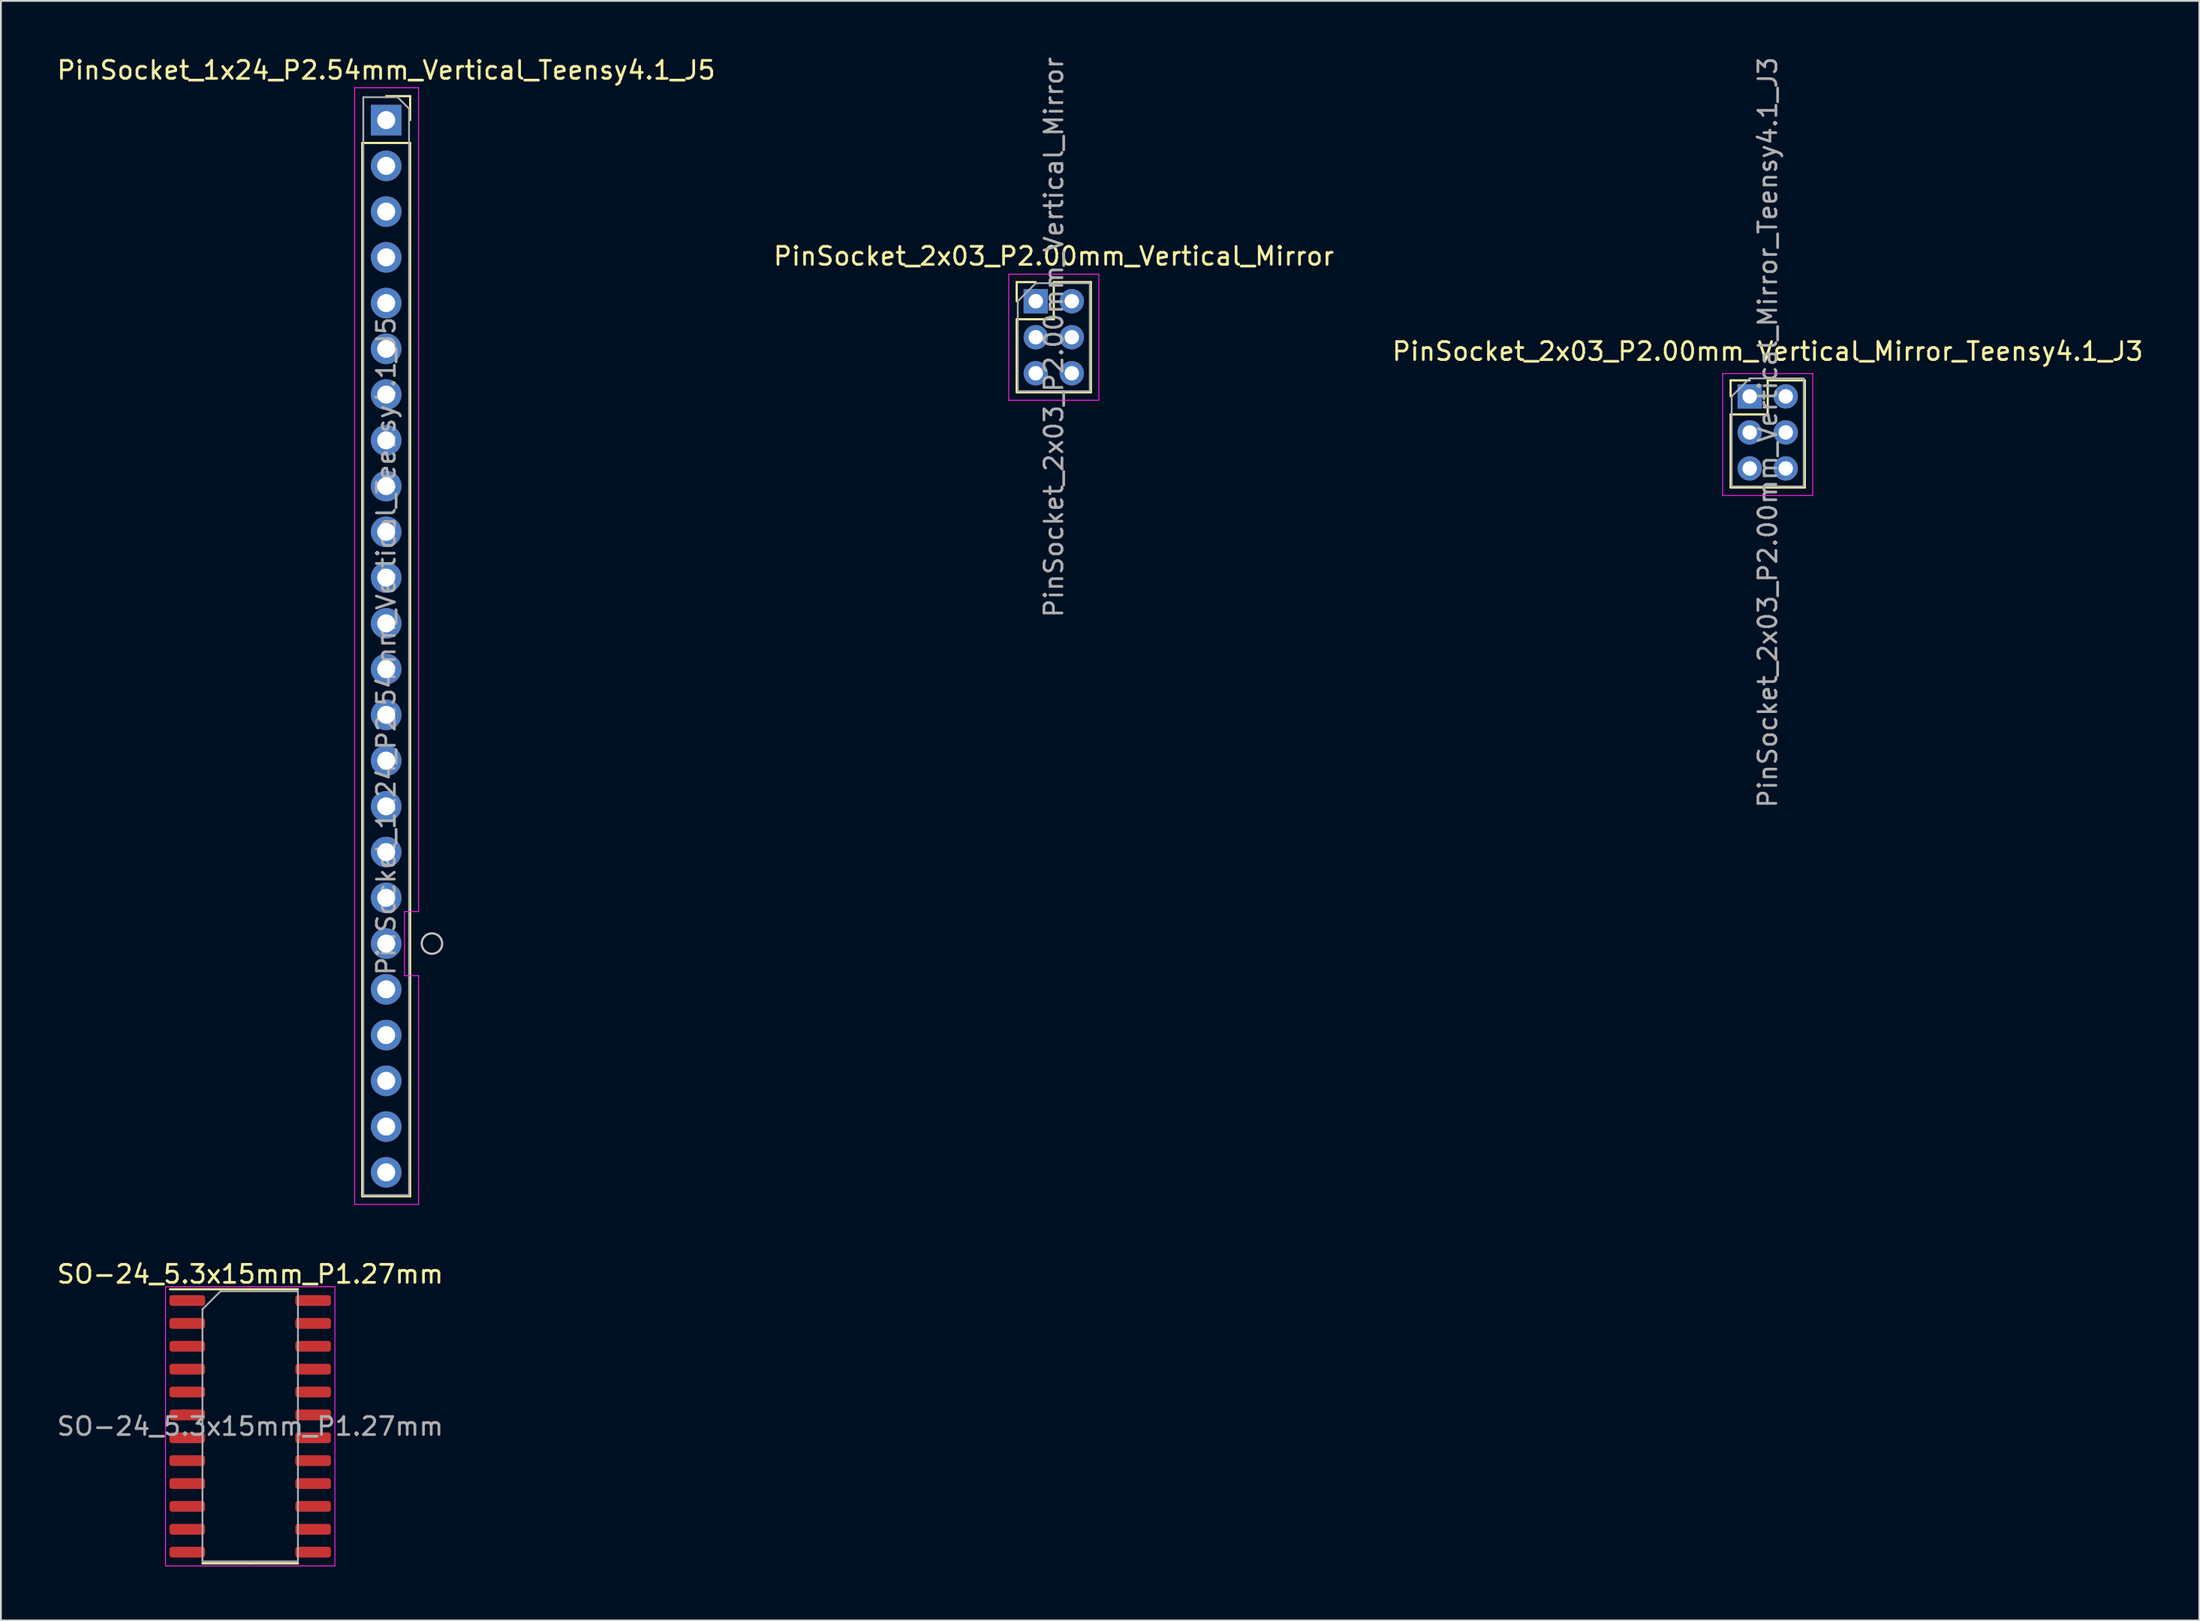
<source format=kicad_pcb>
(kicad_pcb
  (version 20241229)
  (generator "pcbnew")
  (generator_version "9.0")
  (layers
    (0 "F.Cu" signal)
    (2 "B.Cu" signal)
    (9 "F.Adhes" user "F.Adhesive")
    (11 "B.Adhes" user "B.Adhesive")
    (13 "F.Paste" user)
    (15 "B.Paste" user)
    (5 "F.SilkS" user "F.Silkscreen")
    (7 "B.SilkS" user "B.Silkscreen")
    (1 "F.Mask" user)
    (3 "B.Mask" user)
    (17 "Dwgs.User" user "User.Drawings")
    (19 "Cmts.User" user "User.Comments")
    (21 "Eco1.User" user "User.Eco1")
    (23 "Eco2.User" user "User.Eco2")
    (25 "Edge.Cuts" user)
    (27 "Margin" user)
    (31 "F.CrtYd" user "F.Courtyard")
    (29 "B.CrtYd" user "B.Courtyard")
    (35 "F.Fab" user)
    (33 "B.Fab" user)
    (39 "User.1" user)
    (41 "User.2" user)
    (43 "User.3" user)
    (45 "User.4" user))
  (footprint "PinSocket_2x03_P2.00mm_Vertical_Mirror_Teensy4.1_J3"
    (layer "F.Cu")
    (at 94.109 18.958)
    (property "Reference" "PinSocket_2x03_P2.00mm_Vertical_Mirror_Teensy4.1_J3" (at 0.968 -2.5 0) (layer "F.SilkS") (effects (font (size 1 1) (thickness 0.15))))
    (attr through_hole)
    (fp_line (start -1.092 -0.889) (end -1.092 0) (stroke (width 0.12) (type solid)) (layer "F.SilkS"))
    (fp_line (start -1.092 1) (end -1.092 5.06) (stroke (width 0.12) (type solid)) (layer "F.SilkS"))
    (fp_line (start -0.032 -0.889) (end -1.092 -0.889) (stroke (width 0.12) (type solid)) (layer "F.SilkS"))
    (fp_line (start 0.968 -0.889) (end 0.968 1) (stroke (width 0.12) (type solid)) (layer "F.SilkS"))
    (fp_line (start 0.968 1) (end -1.092 1) (stroke (width 0.12) (type solid)) (layer "F.SilkS"))
    (fp_line (start 3.028 -0.889) (end 0.968 -0.889) (stroke (width 0.12) (type solid)) (layer "F.SilkS"))
    (fp_line (start 3.028 -0.889) (end 3.028 5.06) (stroke (width 0.12) (type solid)) (layer "F.SilkS"))
    (fp_line (start 3.028 5.06) (end -1.092 5.06) (stroke (width 0.12) (type solid)) (layer "F.SilkS"))
    (fp_line (start -1.532 -1.27) (end -1.532 5.5) (stroke (width 0.05) (type solid)) (layer "F.CrtYd"))
    (fp_line (start -1.532 5.5) (end 3.468 5.5) (stroke (width 0.05) (type solid)) (layer "F.CrtYd"))
    (fp_line (start 3.468 -1.27) (end -1.532 -1.27) (stroke (width 0.05) (type solid)) (layer "F.CrtYd"))
    (fp_line (start 3.468 5.5) (end 3.468 -1.27) (stroke (width 0.05) (type solid)) (layer "F.CrtYd"))
    (fp_line (start -1.032 0) (end -1.032 5) (stroke (width 0.1) (type solid)) (layer "F.Fab"))
    (fp_line (start -1.032 5) (end 2.968 5) (stroke (width 0.1) (type solid)) (layer "F.Fab"))
    (fp_line (start -0.032 -1) (end -1.032 0) (stroke (width 0.1) (type solid)) (layer "F.Fab"))
    (fp_line (start 2.968 -1) (end -0.032 -1) (stroke (width 0.1) (type solid)) (layer "F.Fab"))
    (fp_line (start 2.968 5) (end 2.968 -1) (stroke (width 0.1) (type solid)) (layer "F.Fab"))
    (fp_text user "${REFERENCE}" (at 0.968 2 90) (layer "F.Fab") (effects (font (size 1 1) (thickness 0.15))))
    (pad "1" thru_hole rect (at -0.032 0) (size 1.35 1.35) (drill 0.8) (layers "*.Cu" "*.Mask"))
    (pad "2" thru_hole oval (at 1.968 0) (size 1.35 1.35) (drill 0.8) (layers "*.Cu" "*.Mask"))
    (pad "3" thru_hole oval (at -0.032 2) (size 1.35 1.35) (drill 0.8) (layers "*.Cu" "*.Mask"))
    (pad "4" thru_hole oval (at 1.968 2) (size 1.35 1.35) (drill 0.8) (layers "*.Cu" "*.Mask"))
    (pad "5" thru_hole oval (at -0.032 4) (size 1.35 1.35) (drill 0.8) (layers "*.Cu" "*.Mask"))
    (pad "6" thru_hole oval (at 1.968 4) (size 1.35 1.35) (drill 0.8) (layers "*.Cu" "*.Mask")))
  (footprint "PinSocket_1x24_P2.54mm_Vertical_Teensy4.1_J5"
    (layer "F.Cu")
    (at 18.387 3.618)
    (property "Reference" "PinSocket_1x24_P2.54mm_Vertical_Teensy4.1_J5" (at 0 -2.77 0) (layer "F.SilkS") (effects (font (size 1 1) (thickness 0.15))))
    (attr through_hole)
    (fp_line (start -1.33 1.27) (end -1.33 59.75) (stroke (width 0.12) (type solid)) (layer "F.SilkS"))
    (fp_line (start -1.33 1.27) (end 1.33 1.27) (stroke (width 0.12) (type solid)) (layer "F.SilkS"))
    (fp_line (start -1.33 59.75) (end 1.33 59.75) (stroke (width 0.12) (type solid)) (layer "F.SilkS"))
    (fp_line (start 0 -1.33) (end 1.33 -1.33) (stroke (width 0.12) (type solid)) (layer "F.SilkS"))
    (fp_line (start 1.33 -1.33) (end 1.33 0) (stroke (width 0.12) (type solid)) (layer "F.SilkS"))
    (fp_line (start 1.33 1.27) (end 1.33 59.75) (stroke (width 0.12) (type solid)) (layer "F.SilkS"))
    (fp_circle (center 2.54 45.72) (end 3.108 45.72) (stroke (width 0.12) (type solid)) (fill no) (layer "Dwgs.User"))
    (fp_line (start -1.75 -1.8) (end -1.75 60.2) (stroke (width 0.05) (type solid)) (layer "F.CrtYd"))
    (fp_line (start -1.75 60.2) (end 1.8 60.2) (stroke (width 0.05) (type solid)) (layer "F.CrtYd"))
    (fp_line (start 1.016 43.942) (end 1.016 47.498) (stroke (width 0.05) (type solid)) (layer "F.CrtYd"))
    (fp_line (start 1.016 47.498) (end 1.8 47.498) (stroke (width 0.05) (type solid)) (layer "F.CrtYd"))
    (fp_line (start 1.778 59.436) (end 1.778 59.436) (stroke (width 0.05) (type solid)) (layer "F.CrtYd"))
    (fp_line (start 1.8 -1.8) (end -1.75 -1.8) (stroke (width 0.05) (type solid)) (layer "F.CrtYd"))
    (fp_line (start 1.8 43.942) (end 1.016 43.942) (stroke (width 0.05) (type solid)) (layer "F.CrtYd"))
    (fp_line (start 1.8 43.942) (end 1.8 -1.8) (stroke (width 0.05) (type solid)) (layer "F.CrtYd"))
    (fp_line (start 1.8 47.498) (end 1.8 60.2) (stroke (width 0.05) (type solid)) (layer "F.CrtYd"))
    (fp_line (start -1.27 -1.27) (end 0.635 -1.27) (stroke (width 0.1) (type solid)) (layer "F.Fab"))
    (fp_line (start -1.27 59.69) (end -1.27 -1.27) (stroke (width 0.1) (type solid)) (layer "F.Fab"))
    (fp_line (start 0.635 -1.27) (end 1.27 -0.635) (stroke (width 0.1) (type solid)) (layer "F.Fab"))
    (fp_line (start 1.27 -0.635) (end 1.27 59.69) (stroke (width 0.1) (type solid)) (layer "F.Fab"))
    (fp_line (start 1.27 59.69) (end -1.27 59.69) (stroke (width 0.1) (type solid)) (layer "F.Fab"))
    (fp_text user "${REFERENCE}" (at 0 29.21 90) (layer "F.Fab") (effects (font (size 1 1) (thickness 0.15))))
    (pad "1" thru_hole rect (at 0 0) (size 1.7 1.7) (drill 1) (layers "*.Cu" "*.Mask"))
    (pad "2" thru_hole oval (at 0 2.54) (size 1.7 1.7) (drill 1) (layers "*.Cu" "*.Mask"))
    (pad "3" thru_hole oval (at 0 5.08) (size 1.7 1.7) (drill 1) (layers "*.Cu" "*.Mask"))
    (pad "4" thru_hole oval (at 0 7.62) (size 1.7 1.7) (drill 1) (layers "*.Cu" "*.Mask"))
    (pad "5" thru_hole oval (at 0 10.16) (size 1.7 1.7) (drill 1) (layers "*.Cu" "*.Mask"))
    (pad "6" thru_hole oval (at 0 12.7) (size 1.7 1.7) (drill 1) (layers "*.Cu" "*.Mask"))
    (pad "7" thru_hole oval (at 0 15.24) (size 1.7 1.7) (drill 1) (layers "*.Cu" "*.Mask"))
    (pad "8" thru_hole oval (at 0 17.78) (size 1.7 1.7) (drill 1) (layers "*.Cu" "*.Mask"))
    (pad "9" thru_hole oval (at 0 20.32) (size 1.7 1.7) (drill 1) (layers "*.Cu" "*.Mask"))
    (pad "10" thru_hole oval (at 0 22.86) (size 1.7 1.7) (drill 1) (layers "*.Cu" "*.Mask"))
    (pad "11" thru_hole oval (at 0 25.4) (size 1.7 1.7) (drill 1) (layers "*.Cu" "*.Mask"))
    (pad "12" thru_hole oval (at 0 27.94) (size 1.7 1.7) (drill 1) (layers "*.Cu" "*.Mask"))
    (pad "13" thru_hole oval (at 0 30.48) (size 1.7 1.7) (drill 1) (layers "*.Cu" "*.Mask"))
    (pad "14" thru_hole oval (at 0 33.02) (size 1.7 1.7) (drill 1) (layers "*.Cu" "*.Mask"))
    (pad "15" thru_hole oval (at 0 35.56) (size 1.7 1.7) (drill 1) (layers "*.Cu" "*.Mask"))
    (pad "16" thru_hole oval (at 0 38.1) (size 1.7 1.7) (drill 1) (layers "*.Cu" "*.Mask"))
    (pad "17" thru_hole oval (at 0 40.64) (size 1.7 1.7) (drill 1) (layers "*.Cu" "*.Mask"))
    (pad "18" thru_hole oval (at 0 43.18) (size 1.7 1.7) (drill 1) (layers "*.Cu" "*.Mask"))
    (pad "19" thru_hole oval (at 0 45.72) (size 1.7 1.7) (drill 1) (layers "*.Cu" "*.Mask"))
    (pad "20" thru_hole oval (at 0 48.26) (size 1.7 1.7) (drill 1) (layers "*.Cu" "*.Mask"))
    (pad "21" thru_hole oval (at 0 50.8) (size 1.7 1.7) (drill 1) (layers "*.Cu" "*.Mask"))
    (pad "22" thru_hole oval (at 0 53.34) (size 1.7 1.7) (drill 1) (layers "*.Cu" "*.Mask"))
    (pad "23" thru_hole oval (at 0 55.88) (size 1.7 1.7) (drill 1) (layers "*.Cu" "*.Mask"))
    (pad "24" thru_hole oval (at 0 58.42) (size 1.7 1.7) (drill 1) (layers "*.Cu" "*.Mask")))
  (footprint "PinSocket_2x03_P2.00mm_Vertical_Mirror"
    (layer "F.Cu")
    (at 54.478 13.673)
    (property "Reference" "PinSocket_2x03_P2.00mm_Vertical_Mirror" (at 0.968 -2.5 0) (layer "F.SilkS") (effects (font (size 1 1) (thickness 0.15))))
    (attr through_hole)
    (fp_line (start -1.092 -1.06) (end -1.092 0) (stroke (width 0.12) (type solid)) (layer "F.SilkS"))
    (fp_line (start -1.092 1) (end -1.092 5.06) (stroke (width 0.12) (type solid)) (layer "F.SilkS"))
    (fp_line (start -0.032 -1.06) (end -1.092 -1.06) (stroke (width 0.12) (type solid)) (layer "F.SilkS"))
    (fp_line (start 0.968 -1.06) (end 0.968 1) (stroke (width 0.12) (type solid)) (layer "F.SilkS"))
    (fp_line (start 0.968 1) (end -1.092 1) (stroke (width 0.12) (type solid)) (layer "F.SilkS"))
    (fp_line (start 3.028 -1.06) (end 0.968 -1.06) (stroke (width 0.12) (type solid)) (layer "F.SilkS"))
    (fp_line (start 3.028 -1.06) (end 3.028 5.06) (stroke (width 0.12) (type solid)) (layer "F.SilkS"))
    (fp_line (start 3.028 5.06) (end -1.092 5.06) (stroke (width 0.12) (type solid)) (layer "F.SilkS"))
    (fp_line (start -1.532 -1.5) (end -1.532 5.5) (stroke (width 0.05) (type solid)) (layer "F.CrtYd"))
    (fp_line (start -1.532 5.5) (end 3.468 5.5) (stroke (width 0.05) (type solid)) (layer "F.CrtYd"))
    (fp_line (start 3.468 -1.5) (end -1.532 -1.5) (stroke (width 0.05) (type solid)) (layer "F.CrtYd"))
    (fp_line (start 3.468 5.5) (end 3.468 -1.5) (stroke (width 0.05) (type solid)) (layer "F.CrtYd"))
    (fp_line (start -1.032 0) (end -1.032 5) (stroke (width 0.1) (type solid)) (layer "F.Fab"))
    (fp_line (start -1.032 5) (end 2.968 5) (stroke (width 0.1) (type solid)) (layer "F.Fab"))
    (fp_line (start -0.032 -1) (end -1.032 0) (stroke (width 0.1) (type solid)) (layer "F.Fab"))
    (fp_line (start 2.968 -1) (end -0.032 -1) (stroke (width 0.1) (type solid)) (layer "F.Fab"))
    (fp_line (start 2.968 5) (end 2.968 -1) (stroke (width 0.1) (type solid)) (layer "F.Fab"))
    (fp_text user "${REFERENCE}" (at 0.968 2 90) (layer "F.Fab") (effects (font (size 1 1) (thickness 0.15))))
    (pad "1" thru_hole rect (at -0.032 0) (size 1.35 1.35) (drill 0.8) (layers "*.Cu" "*.Mask"))
    (pad "2" thru_hole oval (at 1.968 0) (size 1.35 1.35) (drill 0.8) (layers "*.Cu" "*.Mask"))
    (pad "3" thru_hole oval (at -0.032 2) (size 1.35 1.35) (drill 0.8) (layers "*.Cu" "*.Mask"))
    (pad "4" thru_hole oval (at 1.968 2) (size 1.35 1.35) (drill 0.8) (layers "*.Cu" "*.Mask"))
    (pad "5" thru_hole oval (at -0.032 4) (size 1.35 1.35) (drill 0.8) (layers "*.Cu" "*.Mask"))
    (pad "6" thru_hole oval (at 1.968 4) (size 1.35 1.35) (drill 0.8) (layers "*.Cu" "*.Mask")))
  (footprint "SO-24_5.3x15mm_P1.27mm"
    (layer "F.Cu")
    (at 10.839 76.141)
    (property "Reference" "SO-24_5.3x15mm_P1.27mm" (at 0 -8.45 0) (layer "F.SilkS") (effects (font (size 1 1) (thickness 0.15))))
    (attr smd)
    (fp_line (start 0 -7.61) (end -4.45 -7.61) (stroke (width 0.12) (type solid)) (layer "F.SilkS"))
    (fp_line (start 0 -7.61) (end 2.65 -7.61) (stroke (width 0.12) (type solid)) (layer "F.SilkS"))
    (fp_line (start 0 7.61) (end -2.65 7.61) (stroke (width 0.12) (type solid)) (layer "F.SilkS"))
    (fp_line (start 0 7.61) (end 2.65 7.61) (stroke (width 0.12) (type solid)) (layer "F.SilkS"))
    (fp_line (start -4.7 -7.75) (end -4.7 7.75) (stroke (width 0.05) (type solid)) (layer "F.CrtYd"))
    (fp_line (start -4.7 7.75) (end 4.7 7.75) (stroke (width 0.05) (type solid)) (layer "F.CrtYd"))
    (fp_line (start 4.7 -7.75) (end -4.7 -7.75) (stroke (width 0.05) (type solid)) (layer "F.CrtYd"))
    (fp_line (start 4.7 7.75) (end 4.7 -7.75) (stroke (width 0.05) (type solid)) (layer "F.CrtYd"))
    (fp_line (start -2.65 -6.5) (end -1.65 -7.5) (stroke (width 0.1) (type solid)) (layer "F.Fab"))
    (fp_line (start -2.65 7.5) (end -2.65 -6.5) (stroke (width 0.1) (type solid)) (layer "F.Fab"))
    (fp_line (start -1.65 -7.5) (end 2.65 -7.5) (stroke (width 0.1) (type solid)) (layer "F.Fab"))
    (fp_line (start 2.65 -7.5) (end 2.65 7.5) (stroke (width 0.1) (type solid)) (layer "F.Fab"))
    (fp_line (start 2.65 7.5) (end -2.65 7.5) (stroke (width 0.1) (type solid)) (layer "F.Fab"))
    (fp_text user "${REFERENCE}" (at 0 0 0) (layer "F.Fab") (effects (font (size 1 1) (thickness 0.15))))
    (pad "1" smd roundrect (at -3.493 -6.985) (size 1.975 0.6) (layers "F.Cu" "F.Mask" "F.Paste") (roundrect_rratio 0.25))
    (pad "2" smd roundrect (at -3.493 -5.715) (size 1.975 0.6) (layers "F.Cu" "F.Mask" "F.Paste") (roundrect_rratio 0.25))
    (pad "3" smd roundrect (at -3.493 -4.445) (size 1.975 0.6) (layers "F.Cu" "F.Mask" "F.Paste") (roundrect_rratio 0.25))
    (pad "4" smd roundrect (at -3.493 -3.175) (size 1.975 0.6) (layers "F.Cu" "F.Mask" "F.Paste") (roundrect_rratio 0.25))
    (pad "5" smd roundrect (at -3.493 -1.905) (size 1.975 0.6) (layers "F.Cu" "F.Mask" "F.Paste") (roundrect_rratio 0.25))
    (pad "6" smd roundrect (at -3.493 -0.635) (size 1.975 0.6) (layers "F.Cu" "F.Mask" "F.Paste") (roundrect_rratio 0.25))
    (pad "7" smd roundrect (at -3.493 0.635) (size 1.975 0.6) (layers "F.Cu" "F.Mask" "F.Paste") (roundrect_rratio 0.25))
    (pad "8" smd roundrect (at -3.493 1.905) (size 1.975 0.6) (layers "F.Cu" "F.Mask" "F.Paste") (roundrect_rratio 0.25))
    (pad "9" smd roundrect (at -3.493 3.175) (size 1.975 0.6) (layers "F.Cu" "F.Mask" "F.Paste") (roundrect_rratio 0.25))
    (pad "10" smd roundrect (at -3.493 4.445) (size 1.975 0.6) (layers "F.Cu" "F.Mask" "F.Paste") (roundrect_rratio 0.25))
    (pad "11" smd roundrect (at -3.493 5.715) (size 1.975 0.6) (layers "F.Cu" "F.Mask" "F.Paste") (roundrect_rratio 0.25))
    (pad "12" smd roundrect (at -3.493 6.985) (size 1.975 0.6) (layers "F.Cu" "F.Mask" "F.Paste") (roundrect_rratio 0.25))
    (pad "13" smd roundrect (at 3.493 6.985) (size 1.975 0.6) (layers "F.Cu" "F.Mask" "F.Paste") (roundrect_rratio 0.25))
    (pad "14" smd roundrect (at 3.493 5.715) (size 1.975 0.6) (layers "F.Cu" "F.Mask" "F.Paste") (roundrect_rratio 0.25))
    (pad "15" smd roundrect (at 3.493 4.445) (size 1.975 0.6) (layers "F.Cu" "F.Mask" "F.Paste") (roundrect_rratio 0.25))
    (pad "16" smd roundrect (at 3.493 3.175) (size 1.975 0.6) (layers "F.Cu" "F.Mask" "F.Paste") (roundrect_rratio 0.25))
    (pad "17" smd roundrect (at 3.493 1.905) (size 1.975 0.6) (layers "F.Cu" "F.Mask" "F.Paste") (roundrect_rratio 0.25))
    (pad "18" smd roundrect (at 3.493 0.635) (size 1.975 0.6) (layers "F.Cu" "F.Mask" "F.Paste") (roundrect_rratio 0.25))
    (pad "19" smd roundrect (at 3.493 -0.635) (size 1.975 0.6) (layers "F.Cu" "F.Mask" "F.Paste") (roundrect_rratio 0.25))
    (pad "20" smd roundrect (at 3.493 -1.905) (size 1.975 0.6) (layers "F.Cu" "F.Mask" "F.Paste") (roundrect_rratio 0.25))
    (pad "21" smd roundrect (at 3.493 -3.175) (size 1.975 0.6) (layers "F.Cu" "F.Mask" "F.Paste") (roundrect_rratio 0.25))
    (pad "22" smd roundrect (at 3.493 -4.445) (size 1.975 0.6) (layers "F.Cu" "F.Mask" "F.Paste") (roundrect_rratio 0.25))
    (pad "23" smd roundrect (at 3.493 -5.715) (size 1.975 0.6) (layers "F.Cu" "F.Mask" "F.Paste") (roundrect_rratio 0.25))
    (pad "24" smd roundrect (at 3.493 -6.985) (size 1.975 0.6) (layers "F.Cu" "F.Mask" "F.Paste") (roundrect_rratio 0.25)))
  (gr_rect
    (start -3 -3)
    (end 119.036 86.916)
    (stroke (width 0.1) (type default))
    (fill no)
    (layer "Edge.Cuts")))
</source>
